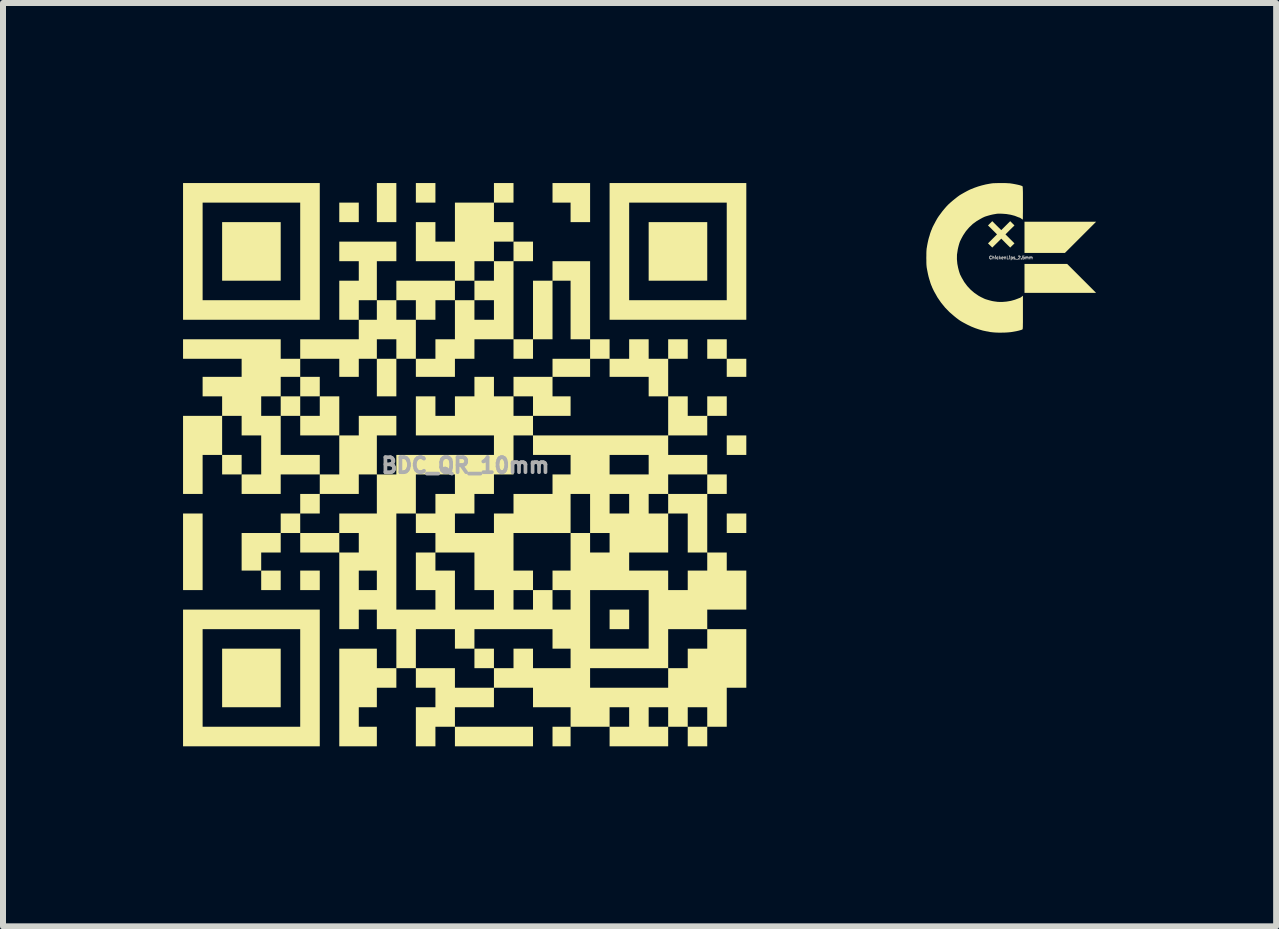
<source format=kicad_pcb>
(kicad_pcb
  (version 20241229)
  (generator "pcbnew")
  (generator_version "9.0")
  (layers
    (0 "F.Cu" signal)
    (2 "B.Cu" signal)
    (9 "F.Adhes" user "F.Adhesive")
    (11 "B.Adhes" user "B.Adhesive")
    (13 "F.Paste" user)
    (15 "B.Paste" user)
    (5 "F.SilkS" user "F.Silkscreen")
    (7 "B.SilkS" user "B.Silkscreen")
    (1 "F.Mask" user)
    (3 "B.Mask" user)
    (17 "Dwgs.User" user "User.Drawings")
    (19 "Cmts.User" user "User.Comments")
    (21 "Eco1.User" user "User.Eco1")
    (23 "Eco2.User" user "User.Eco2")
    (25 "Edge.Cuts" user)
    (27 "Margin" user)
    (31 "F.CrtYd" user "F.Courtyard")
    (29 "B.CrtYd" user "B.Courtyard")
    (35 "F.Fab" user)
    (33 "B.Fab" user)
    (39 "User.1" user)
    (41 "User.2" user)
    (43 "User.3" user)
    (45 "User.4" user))
  (footprint "BDC_QR_10mm"
    (layer "F.Cu")
    (at 4.705 4.705)
    (property "Reference" "BDC_QR_10mm" (at 0 0 0) (layer "F.Fab") (effects (font (size 0.25 0.25) (thickness 0.062))))
    (attr board_only exclude_from_pos_files exclude_from_bom)
    (fp_poly (pts (xy -4.379 2.077) (xy -4.705 2.077) (xy -4.705 0.801) (xy -4.379 0.801)) (stroke (width 0) (type solid)) (fill yes) (layer "F.SilkS"))
    (fp_poly (pts (xy -3.729 0.15) (xy -4.054 0.15) (xy -4.054 -0.175) (xy -3.729 -0.175)) (stroke (width 0) (type solid)) (fill yes) (layer "F.SilkS"))
    (fp_poly (pts (xy -3.078 -3.078) (xy -4.054 -3.078) (xy -4.054 -4.054) (xy -3.078 -4.054)) (stroke (width 0) (type solid)) (fill yes) (layer "F.SilkS"))
    (fp_poly (pts (xy -3.078 2.077) (xy -3.403 2.077) (xy -3.403 1.752) (xy -3.078 1.752)) (stroke (width 0) (type solid)) (fill yes) (layer "F.SilkS"))
    (fp_poly (pts (xy -3.078 4.029) (xy -4.054 4.029) (xy -4.054 3.053) (xy -3.078 3.053)) (stroke (width 0) (type solid)) (fill yes) (layer "F.SilkS"))
    (fp_poly (pts (xy -2.427 2.077) (xy -2.753 2.077) (xy -2.753 1.752) (xy -2.427 1.752)) (stroke (width 0) (type solid)) (fill yes) (layer "F.SilkS"))
    (fp_poly (pts (xy -1.777 -4.054) (xy -2.102 -4.054) (xy -2.102 -4.379) (xy -1.777 -4.379)) (stroke (width 0) (type solid)) (fill yes) (layer "F.SilkS"))
    (fp_poly (pts (xy -1.151 -4.054) (xy -1.476 -4.054) (xy -1.476 -4.705) (xy -1.151 -4.705)) (stroke (width 0) (type solid)) (fill yes) (layer "F.SilkS"))
    (fp_poly (pts (xy -1.151 -1.151) (xy -1.476 -1.151) (xy -1.476 -1.777) (xy -1.151 -1.777)) (stroke (width 0) (type solid)) (fill yes) (layer "F.SilkS"))
    (fp_poly (pts (xy -0.5 -4.379) (xy -0.826 -4.379) (xy -0.826 -4.705) (xy -0.5 -4.705)) (stroke (width 0) (type solid)) (fill yes) (layer "F.SilkS"))
    (fp_poly (pts (xy 0.475 3.378) (xy 0.15 3.378) (xy 0.15 3.053) (xy 0.475 3.053)) (stroke (width 0) (type solid)) (fill yes) (layer "F.SilkS"))
    (fp_poly (pts (xy 0.801 -4.379) (xy 0.475 -4.379) (xy 0.475 -4.705) (xy 0.801 -4.705)) (stroke (width 0) (type solid)) (fill yes) (layer "F.SilkS"))
    (fp_poly (pts (xy 1.126 4.68) (xy -0.175 4.68) (xy -0.175 4.354) (xy 1.126 4.354)) (stroke (width 0) (type solid)) (fill yes) (layer "F.SilkS"))
    (fp_poly (pts (xy 1.752 4.68) (xy 1.451 4.68) (xy 1.451 4.354) (xy 1.752 4.354)) (stroke (width 0) (type solid)) (fill yes) (layer "F.SilkS"))
    (fp_poly (pts (xy 2.077 -1.476) (xy 1.451 -1.476) (xy 1.451 -1.777) (xy 2.077 -1.777)) (stroke (width 0) (type solid)) (fill yes) (layer "F.SilkS"))
    (fp_poly (pts (xy 2.728 2.728) (xy 2.402 2.728) (xy 2.402 2.402) (xy 2.728 2.402)) (stroke (width 0) (type solid)) (fill yes) (layer "F.SilkS"))
    (fp_poly (pts (xy 3.704 -1.777) (xy 3.378 -1.777) (xy 3.378 -2.102) (xy 3.704 -2.102)) (stroke (width 0) (type solid)) (fill yes) (layer "F.SilkS"))
    (fp_poly (pts (xy 4.029 -3.078) (xy 3.053 -3.078) (xy 3.053 -4.054) (xy 4.029 -4.054)) (stroke (width 0) (type solid)) (fill yes) (layer "F.SilkS"))
    (fp_poly (pts (xy 4.354 -1.777) (xy 4.029 -1.777) (xy 4.029 -2.102) (xy 4.354 -2.102)) (stroke (width 0) (type solid)) (fill yes) (layer "F.SilkS"))
    (fp_poly (pts (xy 4.354 -0.826) (xy 4.029 -0.826) (xy 4.029 -1.151) (xy 4.354 -1.151)) (stroke (width 0) (type solid)) (fill yes) (layer "F.SilkS"))
    (fp_poly (pts (xy 4.354 0.475) (xy 4.029 0.475) (xy 4.029 0.15) (xy 4.354 0.15)) (stroke (width 0) (type solid)) (fill yes) (layer "F.SilkS"))
    (fp_poly (pts (xy 4.68 -1.476) (xy 4.354 -1.476) (xy 4.354 -1.777) (xy 4.68 -1.777)) (stroke (width 0) (type solid)) (fill yes) (layer "F.SilkS"))
    (fp_poly (pts (xy 4.68 -0.175) (xy 4.354 -0.175) (xy 4.354 -0.5) (xy 4.68 -0.5)) (stroke (width 0) (type solid)) (fill yes) (layer "F.SilkS"))
    (fp_poly (pts (xy 4.68 1.126) (xy 4.354 1.126) (xy 4.354 0.801) (xy 4.68 0.801)) (stroke (width 0) (type solid)) (fill yes) (layer "F.SilkS"))
    (fp_poly (pts (xy -4.054 -0.175) (xy -4.379 -0.175) (xy -4.379 0.475) (xy -4.705 0.475) (xy -4.705 -0.826) (xy -4.054 -0.826)) (stroke (width 0) (type solid)) (fill yes) (layer "F.SilkS"))
    (fp_poly (pts (xy -3.078 1.451) (xy -3.403 1.451) (xy -3.403 1.752) (xy -3.729 1.752) (xy -3.729 1.126) (xy -3.078 1.126)) (stroke (width 0) (type solid)) (fill yes) (layer "F.SilkS"))
    (fp_poly (pts (xy 2.077 -4.054) (xy 1.752 -4.054) (xy 1.752 -4.379) (xy 1.451 -4.379) (xy 1.451 -4.705) (xy 2.077 -4.705)) (stroke (width 0) (type solid)) (fill yes) (layer "F.SilkS"))
    (fp_poly (pts (xy 1.451 -1.151) (xy 1.752 -1.151) (xy 1.752 -0.826) (xy 1.126 -0.826) (xy 1.126 -1.151) (xy 0.801 -1.151) (xy 0.801 -1.476) (xy 1.451 -1.476)) (stroke (width 0) (type solid)) (fill yes) (layer "F.SilkS"))
    (fp_poly (pts (xy -2.427 -2.427) (xy -4.705 -2.427) (xy -4.705 -2.753) (xy -4.379 -2.753) (xy -2.753 -2.753) (xy -2.753 -4.379) (xy -4.379 -4.379) (xy -4.379 -2.753) (xy -4.705 -2.753) (xy -4.705 -4.705) (xy -2.427 -4.705)) (stroke (width 0) (type solid)) (fill yes) (layer "F.SilkS"))
    (fp_poly (pts (xy -2.427 4.68) (xy -4.705 4.68) (xy -4.705 4.354) (xy -4.379 4.354) (xy -2.753 4.354) (xy -2.753 2.728) (xy -4.379 2.728) (xy -4.379 4.354) (xy -4.705 4.354) (xy -4.705 2.402) (xy -2.427 2.402)) (stroke (width 0) (type solid)) (fill yes) (layer "F.SilkS"))
    (fp_poly (pts (xy 4.68 -2.427) (xy 2.402 -2.427) (xy 2.402 -2.753) (xy 2.728 -2.753) (xy 4.354 -2.753) (xy 4.354 -4.379) (xy 2.728 -4.379) (xy 2.728 -2.753) (xy 2.402 -2.753) (xy 2.402 -4.705) (xy 4.68 -4.705)) (stroke (width 0) (type solid)) (fill yes) (layer "F.SilkS"))
    (fp_poly (pts (xy -1.476 3.378) (xy -1.151 3.378) (xy -1.151 3.704) (xy -1.476 3.704) (xy -1.476 4.029) (xy -1.777 4.029) (xy -1.777 4.354) (xy -1.476 4.354) (xy -1.476 4.68) (xy -2.102 4.68) (xy -2.102 3.053) (xy -1.476 3.053)) (stroke (width 0) (type solid)) (fill yes) (layer "F.SilkS"))
    (fp_poly (pts (xy -2.102 -1.151) (xy -2.102 -0.5) (xy -2.753 -0.5) (xy -2.753 -0.826) (xy -2.427 -0.826) (xy -2.427 -1.151) (xy -2.753 -1.151) (xy -2.753 -0.826) (xy -3.078 -0.826) (xy -3.078 -1.151) (xy -2.753 -1.151) (xy -2.753 -1.476) (xy -2.427 -1.476) (xy -2.427 -1.151)) (stroke (width 0) (type solid)) (fill yes) (layer "F.SilkS"))
    (fp_poly (pts (xy 4.029 0.475) (xy 4.029 1.451) (xy 4.354 1.451) (xy 4.354 1.752) (xy 4.68 1.752) (xy 4.68 2.402) (xy 4.029 2.402) (xy 4.029 2.728) (xy 4.68 2.728) (xy 4.68 3.704) (xy 4.354 3.704) (xy 4.354 4.354) (xy 4.029 4.354) (xy 4.029 4.68) (xy 3.704 4.68) (xy 3.704 4.354) (xy 4.029 4.354) (xy 4.029 4.029) (xy 3.704 4.029) (xy 3.704 4.354) (xy 3.378 4.354) (xy 3.378 4.68) (xy 2.402 4.68) (xy 2.402 4.354) (xy 2.728 4.354) (xy 3.053 4.354) (xy 3.378 4.354) (xy 3.378 4.029) (xy 3.053 4.029) (xy 3.053 4.354) (xy 2.728 4.354) (xy 2.728 4.029) (xy 2.402 4.029) (xy 2.402 4.354) (xy 1.752 4.354) (xy 1.752 4.029) (xy 1.126 4.029) (xy 1.126 3.704) (xy 2.077 3.704) (xy 3.378 3.704) (xy 3.378 3.378) (xy 3.704 3.378) (xy 3.704 3.053) (xy 4.029 3.053) (xy 4.029 2.728) (xy 3.378 2.728) (xy 3.378 3.378) (xy 2.077 3.378) (xy 2.077 3.704) (xy 1.126 3.704) (xy 0.475 3.704) (xy 0.475 4.029) (xy -0.175 4.029) (xy -0.175 4.354) (xy -0.5 4.354) (xy -0.5 4.68) (xy -0.826 4.68) (xy -0.826 4.029) (xy -0.5 4.029) (xy -0.5 3.704) (xy -0.826 3.704) (xy -0.826 3.378) (xy -0.175 3.378) (xy -0.175 3.704) (xy 0.475 3.704) (xy 0.475 3.378) (xy 0.801 3.378) (xy 0.801 3.053) (xy 1.126 3.053) (xy 1.126 3.378) (xy 1.752 3.378) (xy 1.752 3.053) (xy 2.077 3.053) (xy 3.053 3.053) (xy 3.053 2.077) (xy 2.077 2.077) (xy 2.077 3.053) (xy 1.752 3.053) (xy 1.451 3.053) (xy 1.451 2.728) (xy 0.15 2.728) (xy 0.15 3.053) (xy -0.175 3.053) (xy -0.175 2.728) (xy -0.826 2.728) (xy -0.826 3.378) (xy -1.151 3.378) (xy -1.151 2.728) (xy -1.476 2.728) (xy -1.476 2.402) (xy -1.151 2.402) (xy -0.5 2.402) (xy -0.5 2.077) (xy -0.826 2.077) (xy -0.826 1.752) (xy -0.5 1.752) (xy -0.175 1.752) (xy -0.175 2.402) (xy 0.475 2.402) (xy 0.801 2.402) (xy 1.126 2.402) (xy 1.451 2.402) (xy 1.752 2.402) (xy 1.752 2.077) (xy 1.451 2.077) (xy 1.451 2.402) (xy 1.126 2.402) (xy 1.126 2.077) (xy 0.801 2.077) (xy 0.801 2.402) (xy 0.475 2.402) (xy 0.475 2.077) (xy 0.15 2.077) (xy 0.15 1.752) (xy 0.801 1.752) (xy 1.126 1.752) (xy 1.126 2.077) (xy 1.451 2.077) (xy 1.451 1.752) (xy 1.752 1.752) (xy 2.728 1.752) (xy 3.378 1.752) (xy 3.378 2.077) (xy 3.704 2.077) (xy 3.704 1.752) (xy 4.029 1.752) (xy 4.029 1.451) (xy 3.704 1.451) (xy 3.704 0.801) (xy 3.378 0.801) (xy 3.378 1.451) (xy 2.728 1.451) (xy 2.728 1.752) (xy 1.752 1.752) (xy 1.752 1.451) (xy 2.077 1.451) (xy 2.402 1.451) (xy 2.402 1.126) (xy 2.077 1.126) (xy 2.077 1.451) (xy 1.752 1.451) (xy 1.752 1.126) (xy 2.077 1.126) (xy 2.077 0.801) (xy 2.402 0.801) (xy 2.728 0.801) (xy 3.053 0.801) (xy 3.378 0.801) (xy 3.378 0.475) (xy 3.053 0.475) (xy 3.053 0.801) (xy 2.728 0.801) (xy 2.728 0.475) (xy 2.402 0.475) (xy 2.402 0.801) (xy 2.077 0.801) (xy 2.077 0.475) (xy 1.752 0.475) (xy 1.752 1.126) (xy 0.801 1.126) (xy 0.801 1.752) (xy 0.15 1.752) (xy 0.15 1.451) (xy -0.5 1.451) (xy -0.5 1.752) (xy -0.826 1.752) (xy -0.826 1.451) (xy -0.5 1.451) (xy -0.5 1.126) (xy -0.175 1.126) (xy 0.475 1.126) (xy 0.475 0.801) (xy 0.801 0.801) (xy 0.801 0.475) (xy 1.451 0.475) (xy 1.451 0.15) (xy 1.752 0.15) (xy 2.402 0.15) (xy 3.053 0.15) (xy 3.053 -0.175) (xy 2.402 -0.175) (xy 2.402 0.15) (xy 1.752 0.15) (xy 1.752 -0.175) (xy 1.126 -0.175) (xy 1.126 -0.5) (xy 0.801 -0.5) (xy 0.801 0.15) (xy 0.475 0.15) (xy 0.475 0.475) (xy 0.15 0.475) (xy 0.15 0.801) (xy -0.175 0.801) (xy -0.175 1.126) (xy -0.5 1.126) (xy -0.826 1.126) (xy -0.826 0.801) (xy -0.5 0.801) (xy -0.5 0.475) (xy -0.175 0.475) (xy -0.175 0.15) (xy -0.826 0.15) (xy -0.826 0.801) (xy -1.151 0.801) (xy -1.151 2.402) (xy -1.476 2.402) (xy -1.777 2.402) (xy -1.777 2.728) (xy -2.102 2.728) (xy -2.102 2.077) (xy -1.777 2.077) (xy -1.476 2.077) (xy -1.476 1.752) (xy -1.777 1.752) (xy -1.777 2.077) (xy -2.102 2.077) (xy -2.102 1.451) (xy -1.777 1.451) (xy -1.777 1.126) (xy -2.102 1.126) (xy -2.102 1.451) (xy -2.753 1.451) (xy -2.753 1.126) (xy -2.102 1.126) (xy -2.102 0.801) (xy -1.476 0.801) (xy -1.476 0.15) (xy -1.777 0.15) (xy -1.777 0.475) (xy -2.427 0.475) (xy -2.427 0.801) (xy -2.753 0.801) (xy -2.753 1.126) (xy -3.078 1.126) (xy -3.078 0.801) (xy -2.753 0.801) (xy -2.753 0.475) (xy -2.427 0.475) (xy -2.427 0.15) (xy -3.078 0.15) (xy -3.078 0.475) (xy -3.729 0.475) (xy -3.729 0.15) (xy -3.403 0.15) (xy -3.403 -0.5) (xy -3.729 -0.5) (xy -3.729 -0.826) (xy -3.403 -0.826) (xy -3.078 -0.826) (xy -3.078 -0.175) (xy -2.427 -0.175) (xy -2.427 0.15) (xy -2.102 0.15) (xy -2.102 -0.5) (xy -1.777 -0.5) (xy -1.777 -0.826) (xy -1.151 -0.826) (xy -1.151 -0.5) (xy -1.476 -0.5) (xy -1.476 0.15) (xy -1.151 0.15) (xy -1.151 -0.175) (xy 0.475 -0.175) (xy 0.475 -0.5) (xy -0.826 -0.5) (xy -0.826 -1.151) (xy -0.5 -1.151) (xy -0.5 -0.826) (xy -0.175 -0.826) (xy -0.175 -1.151) (xy 0.15 -1.151) (xy 0.15 -1.476) (xy 0.475 -1.476) (xy 0.475 -1.151) (xy 0.801 -1.151) (xy 0.801 -0.826) (xy 1.126 -0.826) (xy 1.126 -0.5) (xy 3.378 -0.5) (xy 3.378 -1.151) (xy 3.053 -1.151) (xy 3.053 -1.476) (xy 2.402 -1.476) (xy 2.402 -1.777) (xy 2.077 -1.777) (xy 2.077 -2.102) (xy 1.752 -2.102) (xy 1.752 -3.078) (xy 1.451 -3.078) (xy 1.451 -2.102) (xy 1.126 -2.102) (xy 1.126 -1.777) (xy 0.801 -1.777) (xy 0.801 -2.102) (xy 0.15 -2.102) (xy 0.15 -1.777) (xy -0.175 -1.777) (xy -0.175 -1.476) (xy -0.826 -1.476) (xy -0.826 -1.777) (xy -0.5 -1.777) (xy -0.5 -2.102) (xy -0.175 -2.102) (xy -0.175 -2.427) (xy 0.15 -2.427) (xy 0.475 -2.427) (xy 0.475 -2.753) (xy 0.15 -2.753) (xy 0.15 -2.427) (xy -0.175 -2.427) (xy -0.175 -2.753) (xy 0.15 -2.753) (xy 0.15 -3.078) (xy 0.475 -3.078) (xy 0.475 -3.403) (xy 0.801 -3.403) (xy 0.801 -3.729) (xy 0.475 -3.729) (xy 0.475 -3.403) (xy 0.15 -3.403) (xy 0.15 -3.078) (xy -0.175 -3.078) (xy -0.175 -2.753) (xy -0.5 -2.753) (xy -0.5 -2.427) (xy -0.826 -2.427) (xy -0.826 -1.777) (xy -1.151 -1.777) (xy -1.151 -2.102) (xy -1.476 -2.102) (xy -1.476 -1.777) (xy -1.777 -1.777) (xy -1.777 -1.476) (xy -2.102 -1.476) (xy -2.102 -1.777) (xy -2.753 -1.777) (xy -2.753 -1.476) (xy -3.078 -1.476) (xy -3.078 -1.151) (xy -3.403 -1.151) (xy -3.403 -0.826) (xy -3.729 -0.826) (xy -4.054 -0.826) (xy -4.054 -1.151) (xy -4.379 -1.151) (xy -4.379 -1.476) (xy -3.729 -1.476) (xy -3.729 -1.777) (xy -4.705 -1.777) (xy -4.705 -2.102) (xy -3.078 -2.102) (xy -3.078 -1.777) (xy -2.753 -1.777) (xy -2.753 -2.102) (xy -1.777 -2.102) (xy -1.777 -2.427) (xy -1.476 -2.427) (xy -1.151 -2.427) (xy -0.826 -2.427) (xy -0.826 -2.753) (xy -1.151 -2.753) (xy -1.151 -2.427) (xy -1.476 -2.427) (xy -1.476 -2.753) (xy -1.777 -2.753) (xy -1.777 -2.427) (xy -2.102 -2.427) (xy -2.102 -3.078) (xy -1.777 -3.078) (xy -1.777 -3.403) (xy -2.102 -3.403) (xy -2.102 -3.729) (xy -1.151 -3.729) (xy -1.151 -3.403) (xy -1.476 -3.403) (xy -1.476 -2.753) (xy -1.151 -2.753) (xy -1.151 -3.078) (xy -0.175 -3.078) (xy -0.175 -3.403) (xy -0.826 -3.403) (xy -0.826 -4.054) (xy -0.5 -4.054) (xy -0.5 -3.729) (xy -0.175 -3.729) (xy -0.175 -4.379) (xy 0.475 -4.379) (xy 0.475 -4.054) (xy 0.801 -4.054) (xy 0.801 -3.729) (xy 1.126 -3.729) (xy 1.126 -3.403) (xy 0.801 -3.403) (xy 0.801 -2.102) (xy 1.126 -2.102) (xy 1.126 -3.078) (xy 1.451 -3.078) (xy 1.451 -3.403) (xy 2.077 -3.403) (xy 2.077 -2.102) (xy 2.402 -2.102) (xy 2.402 -1.777) (xy 2.728 -1.777) (xy 2.728 -2.102) (xy 3.053 -2.102) (xy 3.053 -1.777) (xy 3.378 -1.777) (xy 3.378 -1.151) (xy 3.704 -1.151) (xy 3.704 -0.826) (xy 4.029 -0.826) (xy 4.029 -0.5) (xy 3.378 -0.5) (xy 3.378 -0.175) (xy 4.029 -0.175) (xy 4.029 0.15) (xy 3.378 0.15) (xy 3.378 0.475)) (stroke (width 0) (type solid)) (fill yes) (layer "F.SilkS")))
  (footprint "ChickenLips_2.5mm"
    (layer "F.Cu")
    (at 13.795 1.243)
    (property "Reference" "ChickenLips_2.5mm" (at 0 0 0) (layer "F.Fab") (effects (font (size 0.05 0.05) (thickness 0.013))))
    (attr board_only exclude_from_pos_files exclude_from_bom)
    (fp_poly (pts (xy 1.158 -0.338) (xy 0.899 -0.079) (xy 0.225 -0.079) (xy 0.225 -0.598) (xy 1.418 -0.598)) (stroke (width 0) (type solid)) (fill yes) (layer "F.SilkS"))
    (fp_poly (pts (xy 1.177 0.346) (xy 1.418 0.587) (xy 0.225 0.587) (xy 0.225 0.105) (xy 0.936 0.105)) (stroke (width 0) (type solid)) (fill yes) (layer "F.SilkS"))
    (fp_poly (pts (xy 0.058 -0.537) (xy -0.017 -0.463) (xy -0.092 -0.388) (xy -0.017 -0.313) (xy 0.058 -0.238) (xy -0.013 -0.168) (xy -0.088 -0.242) (xy -0.162 -0.317) (xy -0.237 -0.242) (xy -0.312 -0.168) (xy -0.347 -0.203) (xy -0.383 -0.238) (xy -0.308 -0.313) (xy -0.233 -0.388) (xy -0.308 -0.463) (xy -0.383 -0.537) (xy -0.347 -0.573) (xy -0.312 -0.608) (xy -0.237 -0.533) (xy -0.162 -0.459) (xy -0.088 -0.533) (xy -0.013 -0.608)) (stroke (width 0) (type solid)) (fill yes) (layer "F.SilkS"))
    (fp_poly (pts (xy -0.117 -1.243) (xy -0.081 -1.242) (xy -0.049 -1.24) (xy -0.024 -1.239) (xy -0.016 -1.238) (xy 0.031 -1.231) (xy 0.074 -1.223) (xy 0.113 -1.215) (xy 0.146 -1.207) (xy 0.171 -1.199) (xy 0.189 -1.191) (xy 0.193 -1.188) (xy 0.194 -1.185) (xy 0.195 -1.177) (xy 0.196 -1.163) (xy 0.197 -1.144) (xy 0.198 -1.117) (xy 0.199 -1.083) (xy 0.199 -1.041) (xy 0.199 -0.99) (xy 0.199 -0.929) (xy 0.199 -0.909) (xy 0.199 -0.856) (xy 0.199 -0.807) (xy 0.199 -0.762) (xy 0.198 -0.722) (xy 0.198 -0.689) (xy 0.198 -0.662) (xy 0.197 -0.644) (xy 0.197 -0.635) (xy 0.197 -0.634) (xy 0.191 -0.637) (xy 0.18 -0.644) (xy 0.172 -0.65) (xy 0.159 -0.659) (xy 0.149 -0.665) (xy 0.145 -0.666) (xy 0.138 -0.668) (xy 0.125 -0.673) (xy 0.124 -0.673) (xy 0.063 -0.697) (xy -0.005 -0.715) (xy -0.078 -0.727) (xy -0.146 -0.732) (xy -0.18 -0.733) (xy -0.207 -0.733) (xy -0.231 -0.732) (xy -0.255 -0.728) (xy -0.284 -0.723) (xy -0.285 -0.723) (xy -0.315 -0.717) (xy -0.348 -0.709) (xy -0.38 -0.7) (xy -0.41 -0.691) (xy -0.435 -0.683) (xy -0.45 -0.676) (xy -0.459 -0.672) (xy -0.474 -0.665) (xy -0.492 -0.655) (xy -0.498 -0.652) (xy -0.569 -0.611) (xy -0.636 -0.562) (xy -0.697 -0.504) (xy -0.751 -0.441) (xy -0.797 -0.372) (xy -0.82 -0.33) (xy -0.83 -0.311) (xy -0.838 -0.294) (xy -0.844 -0.283) (xy -0.845 -0.281) (xy -0.852 -0.264) (xy -0.861 -0.238) (xy -0.87 -0.207) (xy -0.879 -0.172) (xy -0.887 -0.137) (xy -0.888 -0.128) (xy -0.9 -0.05) (xy -0.901 0.026) (xy -0.894 0.103) (xy -0.888 0.133) (xy -0.881 0.169) (xy -0.872 0.204) (xy -0.863 0.236) (xy -0.854 0.263) (xy -0.847 0.283) (xy -0.845 0.286) (xy -0.84 0.296) (xy -0.832 0.311) (xy -0.823 0.33) (xy -0.82 0.335) (xy -0.779 0.406) (xy -0.729 0.473) (xy -0.672 0.534) (xy -0.609 0.588) (xy -0.54 0.635) (xy -0.498 0.658) (xy -0.479 0.667) (xy -0.462 0.675) (xy -0.452 0.681) (xy -0.45 0.681) (xy -0.433 0.689) (xy -0.408 0.697) (xy -0.378 0.706) (xy -0.345 0.715) (xy -0.313 0.723) (xy -0.285 0.728) (xy -0.218 0.737) (xy -0.146 0.738) (xy -0.074 0.732) (xy -0.002 0.72) (xy 0.066 0.701) (xy 0.124 0.679) (xy 0.137 0.673) (xy 0.145 0.671) (xy 0.146 0.671) (xy 0.153 0.668) (xy 0.165 0.66) (xy 0.175 0.653) (xy 0.199 0.634) (xy 0.199 0.911) (xy 0.199 0.975) (xy 0.199 1.03) (xy 0.199 1.075) (xy 0.198 1.112) (xy 0.198 1.141) (xy 0.197 1.162) (xy 0.196 1.178) (xy 0.195 1.188) (xy 0.193 1.193) (xy 0.193 1.194) (xy 0.18 1.201) (xy 0.158 1.208) (xy 0.129 1.216) (xy 0.095 1.224) (xy 0.057 1.231) (xy 0.017 1.238) (xy -0.013 1.242) (xy -0.048 1.245) (xy -0.09 1.248) (xy -0.137 1.249) (xy -0.183 1.25) (xy -0.228 1.249) (xy -0.266 1.247) (xy -0.267 1.247) (xy -0.294 1.245) (xy -0.321 1.242) (xy -0.342 1.24) (xy -0.356 1.237) (xy -0.375 1.233) (xy -0.398 1.229) (xy -0.411 1.227) (xy -0.468 1.215) (xy -0.53 1.197) (xy -0.595 1.175) (xy -0.662 1.148) (xy -0.727 1.117) (xy -0.774 1.092) (xy -0.804 1.076) (xy -0.828 1.062) (xy -0.849 1.049) (xy -0.868 1.036) (xy -0.888 1.021) (xy -0.912 1.003) (xy -0.941 0.979) (xy -0.943 0.978) (xy -1.025 0.907) (xy -1.098 0.832) (xy -1.164 0.751) (xy -1.224 0.664) (xy -1.278 0.568) (xy -1.287 0.551) (xy -1.298 0.528) (xy -1.307 0.509) (xy -1.313 0.496) (xy -1.316 0.489) (xy -1.316 0.489) (xy -1.318 0.482) (xy -1.323 0.47) (xy -1.324 0.469) (xy -1.33 0.455) (xy -1.337 0.436) (xy -1.342 0.422) (xy -1.348 0.401) (xy -1.356 0.376) (xy -1.364 0.35) (xy -1.365 0.346) (xy -1.375 0.31) (xy -1.385 0.265) (xy -1.395 0.215) (xy -1.405 0.16) (xy -1.405 0.157) (xy -1.407 0.139) (xy -1.409 0.113) (xy -1.41 0.08) (xy -1.41 0.043) (xy -1.411 0.004) (xy -1.41 -0.035) (xy -1.41 -0.072) (xy -1.409 -0.106) (xy -1.407 -0.132) (xy -1.406 -0.151) (xy -1.405 -0.152) (xy -1.396 -0.207) (xy -1.386 -0.258) (xy -1.376 -0.302) (xy -1.366 -0.339) (xy -1.365 -0.341) (xy -1.357 -0.366) (xy -1.35 -0.392) (xy -1.343 -0.414) (xy -1.342 -0.417) (xy -1.335 -0.436) (xy -1.328 -0.455) (xy -1.324 -0.464) (xy -1.318 -0.476) (xy -1.316 -0.483) (xy -1.316 -0.484) (xy -1.313 -0.491) (xy -1.307 -0.506) (xy -1.297 -0.526) (xy -1.284 -0.551) (xy -1.27 -0.577) (xy -1.256 -0.604) (xy -1.242 -0.629) (xy -1.229 -0.652) (xy -1.226 -0.657) (xy -1.203 -0.692) (xy -1.174 -0.731) (xy -1.143 -0.773) (xy -1.109 -0.814) (xy -1.077 -0.851) (xy -1.049 -0.881) (xy -1.029 -0.899) (xy -1.004 -0.922) (xy -0.975 -0.947) (xy -0.944 -0.972) (xy -0.914 -0.996) (xy -0.886 -1.018) (xy -0.863 -1.034) (xy -0.857 -1.039) (xy -0.837 -1.051) (xy -0.811 -1.066) (xy -0.781 -1.083) (xy -0.75 -1.1) (xy -0.72 -1.116) (xy -0.694 -1.129) (xy -0.677 -1.137) (xy -0.61 -1.164) (xy -0.547 -1.186) (xy -0.485 -1.204) (xy -0.42 -1.22) (xy -0.35 -1.233) (xy -0.317 -1.238) (xy -0.297 -1.24) (xy -0.269 -1.241) (xy -0.235 -1.242) (xy -0.197 -1.243) (xy -0.157 -1.243)) (stroke (width 0) (type solid)) (fill yes) (layer "F.SilkS")))
  (gr_rect
    (start -3 -3)
    (end 18.213 12.384)
    (stroke (width 0.1) (type default))
    (fill no)
    (layer "Edge.Cuts")))
</source>
